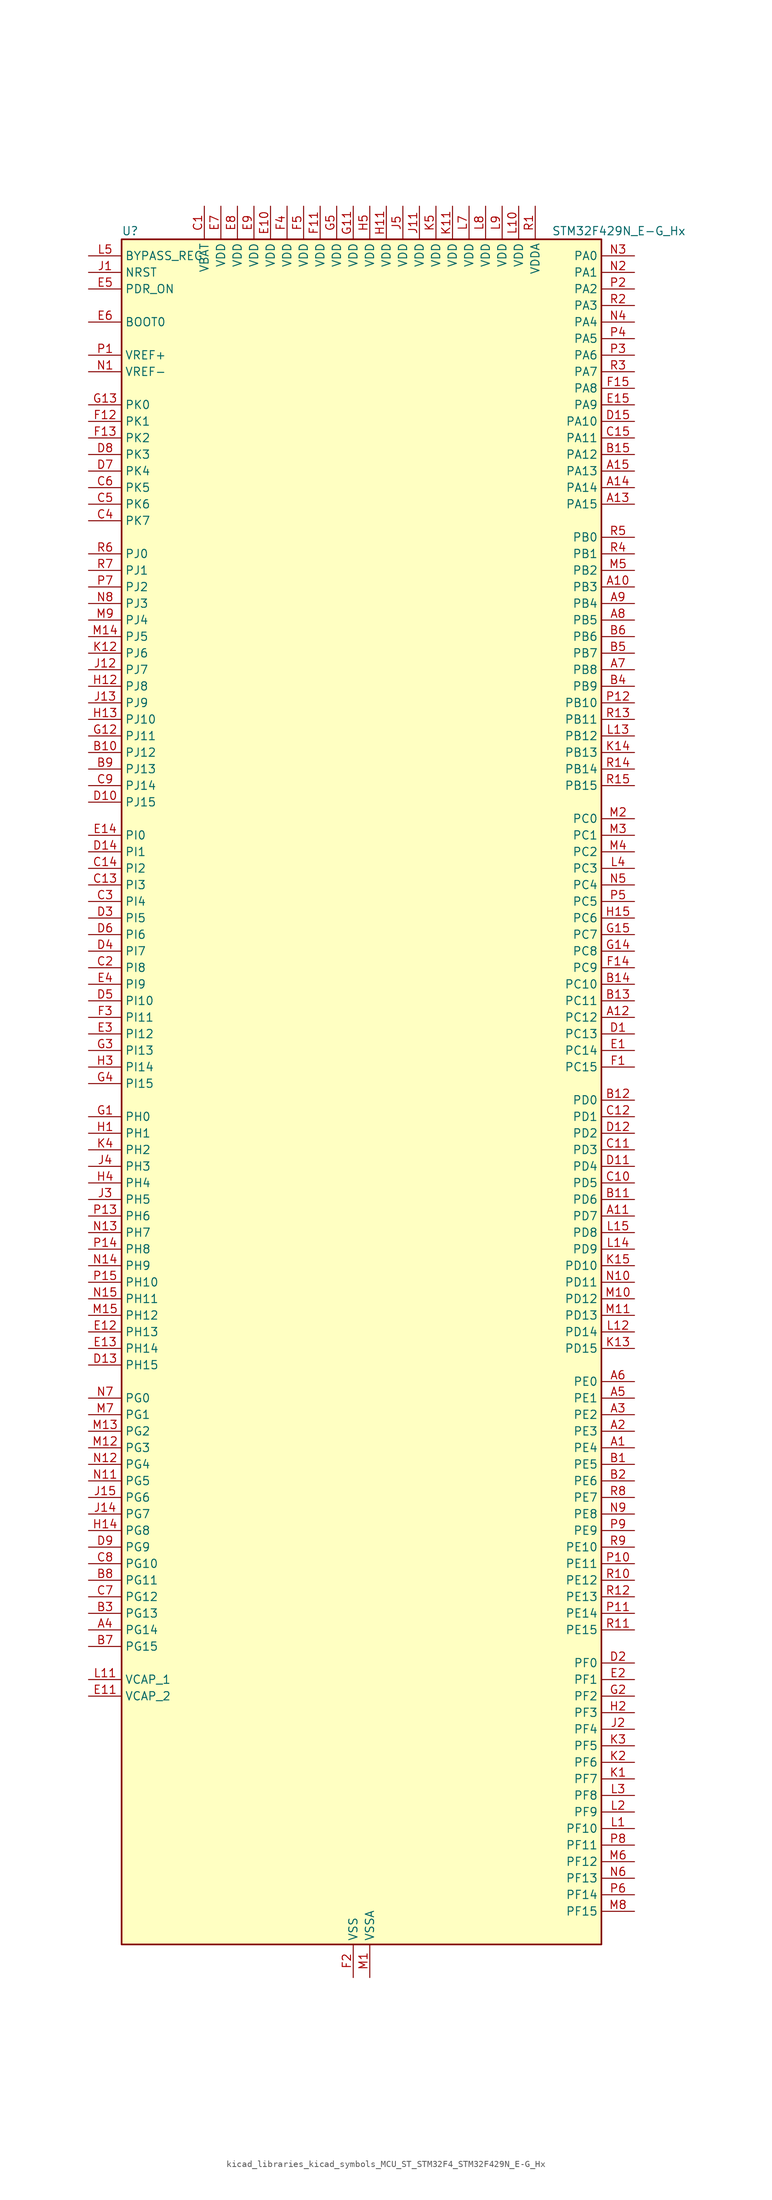
<source format=kicad_sym>
(kicad_symbol_lib
  (version 20220914)
  (generator kicad_symbol_editor)
  (symbol "kicad_libraries_kicad_symbols_MCU_ST_STM32F4_STM32F429N_E-G_Hx"
    (property "Reference" "U"
      (at -35.56 133.35 0)
      (effects (font (size 1.27 1.27)) (justify left)))
    (property "Value" "STM32F429N_E-G_Hx"
      (at 30.48 133.35 0)
      (effects (font (size 1.27 1.27)) (justify left)))
    (property "ki_locked" ""
      (at 0 0 0)
      (effects (font (size 1.27 1.27))))
    (symbol "kicad_libraries_kicad_symbols_MCU_ST_STM32F4_STM32F429N_E-G_Hx_0_1"
      (rectangle (start -35.56 -129.54) (end 38.1 132.08) (stroke (width 0.254) (type default)) (fill (type background))))
    (symbol "kicad_libraries_kicad_symbols_MCU_ST_STM32F4_STM32F429N_E-G_Hx_1_1"
      (pin bidirectional line (at 43.18 -53.34 180) (length 5.08) (name "PE4" (effects (font (size 1.27 1.27)))) (number "A1" (effects (font (size 1.27 1.27)))) (alternate "DCMI_D4" bidirectional line) (alternate "FMC_A20" bidirectional line) (alternate "LTDC_B0" bidirectional line) (alternate "SAI1_FS_A" bidirectional line) (alternate "SPI4_NSS" bidirectional line) (alternate "SYS_TRACED1" bidirectional line))
      (pin bidirectional line (at 43.18 78.74 180) (length 5.08) (name "PB3" (effects (font (size 1.27 1.27)))) (number "A10" (effects (font (size 1.27 1.27)))) (alternate "I2S3_CK" bidirectional line) (alternate "SPI1_SCK" bidirectional line) (alternate "SPI3_SCK" bidirectional line) (alternate "SYS_JTDO-SWO" bidirectional line) (alternate "TIM2_CH2" bidirectional line))
      (pin bidirectional line (at 43.18 -17.78 180) (length 5.08) (name "PD7" (effects (font (size 1.27 1.27)))) (number "A11" (effects (font (size 1.27 1.27)))) (alternate "FMC_NCE2" bidirectional line) (alternate "FMC_NE1" bidirectional line) (alternate "USART2_CK" bidirectional line))
      (pin bidirectional line (at 43.18 12.7 180) (length 5.08) (name "PC12" (effects (font (size 1.27 1.27)))) (number "A12" (effects (font (size 1.27 1.27)))) (alternate "DCMI_D9" bidirectional line) (alternate "I2S3_SD" bidirectional line) (alternate "SDIO_CK" bidirectional line) (alternate "SPI3_MOSI" bidirectional line) (alternate "UART5_TX" bidirectional line) (alternate "USART3_CK" bidirectional line))
      (pin bidirectional line (at 43.18 91.44 180) (length 5.08) (name "PA15" (effects (font (size 1.27 1.27)))) (number "A13" (effects (font (size 1.27 1.27)))) (alternate "ADC1_EXTI15" bidirectional line) (alternate "ADC2_EXTI15" bidirectional line) (alternate "ADC3_EXTI15" bidirectional line) (alternate "I2S3_WS" bidirectional line) (alternate "SPI1_NSS" bidirectional line) (alternate "SPI3_NSS" bidirectional line) (alternate "SYS_JTDI" bidirectional line) (alternate "TIM2_CH1" bidirectional line) (alternate "TIM2_ETR" bidirectional line))
      (pin bidirectional line (at 43.18 93.98 180) (length 5.08) (name "PA14" (effects (font (size 1.27 1.27)))) (number "A14" (effects (font (size 1.27 1.27)))) (alternate "SYS_JTCK-SWCLK" bidirectional line))
      (pin bidirectional line (at 43.18 96.52 180) (length 5.08) (name "PA13" (effects (font (size 1.27 1.27)))) (number "A15" (effects (font (size 1.27 1.27)))) (alternate "SYS_JTMS-SWDIO" bidirectional line))
      (pin bidirectional line (at 43.18 -50.8 180) (length 5.08) (name "PE3" (effects (font (size 1.27 1.27)))) (number "A2" (effects (font (size 1.27 1.27)))) (alternate "FMC_A19" bidirectional line) (alternate "SAI1_SD_B" bidirectional line) (alternate "SYS_TRACED0" bidirectional line))
      (pin bidirectional line (at 43.18 -48.26 180) (length 5.08) (name "PE2" (effects (font (size 1.27 1.27)))) (number "A3" (effects (font (size 1.27 1.27)))) (alternate "ETH_TXD3" bidirectional line) (alternate "FMC_A23" bidirectional line) (alternate "SAI1_MCLK_A" bidirectional line) (alternate "SPI4_SCK" bidirectional line) (alternate "SYS_TRACECLK" bidirectional line))
      (pin bidirectional line (at -40.64 -81.28 0) (length 5.08) (name "PG14" (effects (font (size 1.27 1.27)))) (number "A4" (effects (font (size 1.27 1.27)))) (alternate "ETH_TXD1" bidirectional line) (alternate "FMC_A25" bidirectional line) (alternate "SPI6_MOSI" bidirectional line) (alternate "USART6_TX" bidirectional line))
      (pin bidirectional line (at 43.18 -45.72 180) (length 5.08) (name "PE1" (effects (font (size 1.27 1.27)))) (number "A5" (effects (font (size 1.27 1.27)))) (alternate "DCMI_D3" bidirectional line) (alternate "FMC_NBL1" bidirectional line) (alternate "UART8_TX" bidirectional line))
      (pin bidirectional line (at 43.18 -43.18 180) (length 5.08) (name "PE0" (effects (font (size 1.27 1.27)))) (number "A6" (effects (font (size 1.27 1.27)))) (alternate "DCMI_D2" bidirectional line) (alternate "FMC_NBL0" bidirectional line) (alternate "TIM4_ETR" bidirectional line) (alternate "UART8_RX" bidirectional line))
      (pin bidirectional line (at 43.18 66.04 180) (length 5.08) (name "PB8" (effects (font (size 1.27 1.27)))) (number "A7" (effects (font (size 1.27 1.27)))) (alternate "CAN1_RX" bidirectional line) (alternate "DCMI_D6" bidirectional line) (alternate "ETH_TXD3" bidirectional line) (alternate "I2C1_SCL" bidirectional line) (alternate "LTDC_B6" bidirectional line) (alternate "SDIO_D4" bidirectional line) (alternate "TIM10_CH1" bidirectional line) (alternate "TIM4_CH3" bidirectional line))
      (pin bidirectional line (at 43.18 73.66 180) (length 5.08) (name "PB5" (effects (font (size 1.27 1.27)))) (number "A8" (effects (font (size 1.27 1.27)))) (alternate "CAN2_RX" bidirectional line) (alternate "DCMI_D10" bidirectional line) (alternate "ETH_PPS_OUT" bidirectional line) (alternate "FMC_SDCKE1" bidirectional line) (alternate "I2C1_SMBA" bidirectional line) (alternate "I2S3_SD" bidirectional line) (alternate "SPI1_MOSI" bidirectional line) (alternate "SPI3_MOSI" bidirectional line) (alternate "TIM3_CH2" bidirectional line) (alternate "USB_OTG_HS_ULPI_D7" bidirectional line))
      (pin bidirectional line (at 43.18 76.2 180) (length 5.08) (name "PB4" (effects (font (size 1.27 1.27)))) (number "A9" (effects (font (size 1.27 1.27)))) (alternate "I2S3_ext_SD" bidirectional line) (alternate "SPI1_MISO" bidirectional line) (alternate "SPI3_MISO" bidirectional line) (alternate "SYS_JTRST" bidirectional line) (alternate "TIM3_CH1" bidirectional line))
      (pin bidirectional line (at 43.18 -55.88 180) (length 5.08) (name "PE5" (effects (font (size 1.27 1.27)))) (number "B1" (effects (font (size 1.27 1.27)))) (alternate "DCMI_D6" bidirectional line) (alternate "FMC_A21" bidirectional line) (alternate "LTDC_G0" bidirectional line) (alternate "SAI1_SCK_A" bidirectional line) (alternate "SPI4_MISO" bidirectional line) (alternate "SYS_TRACED2" bidirectional line) (alternate "TIM9_CH1" bidirectional line))
      (pin bidirectional line (at -40.64 53.34 0) (length 5.08) (name "PJ12" (effects (font (size 1.27 1.27)))) (number "B10" (effects (font (size 1.27 1.27)))) (alternate "LTDC_B0" bidirectional line))
      (pin bidirectional line (at 43.18 -15.24 180) (length 5.08) (name "PD6" (effects (font (size 1.27 1.27)))) (number "B11" (effects (font (size 1.27 1.27)))) (alternate "DCMI_D10" bidirectional line) (alternate "FMC_NWAIT" bidirectional line) (alternate "I2S3_SD" bidirectional line) (alternate "LTDC_B2" bidirectional line) (alternate "SAI1_SD_A" bidirectional line) (alternate "SPI3_MOSI" bidirectional line) (alternate "USART2_RX" bidirectional line))
      (pin bidirectional line (at 43.18 0 180) (length 5.08) (name "PD0" (effects (font (size 1.27 1.27)))) (number "B12" (effects (font (size 1.27 1.27)))) (alternate "CAN1_RX" bidirectional line) (alternate "FMC_D2" bidirectional line) (alternate "FMC_DA2" bidirectional line))
      (pin bidirectional line (at 43.18 15.24 180) (length 5.08) (name "PC11" (effects (font (size 1.27 1.27)))) (number "B13" (effects (font (size 1.27 1.27)))) (alternate "ADC1_EXTI11" bidirectional line) (alternate "ADC2_EXTI11" bidirectional line) (alternate "ADC3_EXTI11" bidirectional line) (alternate "DCMI_D4" bidirectional line) (alternate "I2S3_ext_SD" bidirectional line) (alternate "SDIO_D3" bidirectional line) (alternate "SPI3_MISO" bidirectional line) (alternate "UART4_RX" bidirectional line) (alternate "USART3_RX" bidirectional line))
      (pin bidirectional line (at 43.18 17.78 180) (length 5.08) (name "PC10" (effects (font (size 1.27 1.27)))) (number "B14" (effects (font (size 1.27 1.27)))) (alternate "DCMI_D8" bidirectional line) (alternate "I2S3_CK" bidirectional line) (alternate "LTDC_R2" bidirectional line) (alternate "SDIO_D2" bidirectional line) (alternate "SPI3_SCK" bidirectional line) (alternate "UART4_TX" bidirectional line) (alternate "USART3_TX" bidirectional line))
      (pin bidirectional line (at 43.18 99.06 180) (length 5.08) (name "PA12" (effects (font (size 1.27 1.27)))) (number "B15" (effects (font (size 1.27 1.27)))) (alternate "CAN1_TX" bidirectional line) (alternate "LTDC_R5" bidirectional line) (alternate "TIM1_ETR" bidirectional line) (alternate "USART1_RTS" bidirectional line) (alternate "USB_OTG_FS_DP" bidirectional line))
      (pin bidirectional line (at 43.18 -58.42 180) (length 5.08) (name "PE6" (effects (font (size 1.27 1.27)))) (number "B2" (effects (font (size 1.27 1.27)))) (alternate "DCMI_D7" bidirectional line) (alternate "FMC_A22" bidirectional line) (alternate "LTDC_G1" bidirectional line) (alternate "SAI1_SD_A" bidirectional line) (alternate "SPI4_MOSI" bidirectional line) (alternate "SYS_TRACED3" bidirectional line) (alternate "TIM9_CH2" bidirectional line))
      (pin bidirectional line (at -40.64 -78.74 0) (length 5.08) (name "PG13" (effects (font (size 1.27 1.27)))) (number "B3" (effects (font (size 1.27 1.27)))) (alternate "ETH_TXD0" bidirectional line) (alternate "FMC_A24" bidirectional line) (alternate "SPI6_SCK" bidirectional line) (alternate "USART6_CTS" bidirectional line))
      (pin bidirectional line (at 43.18 63.5 180) (length 5.08) (name "PB9" (effects (font (size 1.27 1.27)))) (number "B4" (effects (font (size 1.27 1.27)))) (alternate "CAN1_TX" bidirectional line) (alternate "DAC_EXTI9" bidirectional line) (alternate "DCMI_D7" bidirectional line) (alternate "I2C1_SDA" bidirectional line) (alternate "I2S2_WS" bidirectional line) (alternate "LTDC_B7" bidirectional line) (alternate "SDIO_D5" bidirectional line) (alternate "SPI2_NSS" bidirectional line) (alternate "TIM11_CH1" bidirectional line) (alternate "TIM4_CH4" bidirectional line))
      (pin bidirectional line (at 43.18 68.58 180) (length 5.08) (name "PB7" (effects (font (size 1.27 1.27)))) (number "B5" (effects (font (size 1.27 1.27)))) (alternate "DCMI_VSYNC" bidirectional line) (alternate "FMC_NL" bidirectional line) (alternate "I2C1_SDA" bidirectional line) (alternate "TIM4_CH2" bidirectional line) (alternate "USART1_RX" bidirectional line))
      (pin bidirectional line (at 43.18 71.12 180) (length 5.08) (name "PB6" (effects (font (size 1.27 1.27)))) (number "B6" (effects (font (size 1.27 1.27)))) (alternate "CAN2_TX" bidirectional line) (alternate "DCMI_D5" bidirectional line) (alternate "FMC_SDNE1" bidirectional line) (alternate "I2C1_SCL" bidirectional line) (alternate "TIM4_CH1" bidirectional line) (alternate "USART1_TX" bidirectional line))
      (pin bidirectional line (at -40.64 -83.82 0) (length 5.08) (name "PG15" (effects (font (size 1.27 1.27)))) (number "B7" (effects (font (size 1.27 1.27)))) (alternate "ADC1_EXTI15" bidirectional line) (alternate "ADC2_EXTI15" bidirectional line) (alternate "ADC3_EXTI15" bidirectional line) (alternate "DCMI_D13" bidirectional line) (alternate "FMC_SDNCAS" bidirectional line) (alternate "USART6_CTS" bidirectional line))
      (pin bidirectional line (at -40.64 -73.66 0) (length 5.08) (name "PG11" (effects (font (size 1.27 1.27)))) (number "B8" (effects (font (size 1.27 1.27)))) (alternate "ADC1_EXTI11" bidirectional line) (alternate "ADC2_EXTI11" bidirectional line) (alternate "ADC3_EXTI11" bidirectional line) (alternate "DCMI_D3" bidirectional line) (alternate "ETH_TX_EN" bidirectional line) (alternate "FMC_NCE4_2" bidirectional line) (alternate "LTDC_B3" bidirectional line))
      (pin bidirectional line (at -40.64 50.8 0) (length 5.08) (name "PJ13" (effects (font (size 1.27 1.27)))) (number "B9" (effects (font (size 1.27 1.27)))) (alternate "LTDC_B1" bidirectional line))
      (pin power_in line (at -22.86 137.16 270) (length 5.08) (name "VBAT" (effects (font (size 1.27 1.27)))) (number "C1" (effects (font (size 1.27 1.27)))))
      (pin bidirectional line (at 43.18 -12.7 180) (length 5.08) (name "PD5" (effects (font (size 1.27 1.27)))) (number "C10" (effects (font (size 1.27 1.27)))) (alternate "FMC_NWE" bidirectional line) (alternate "USART2_TX" bidirectional line))
      (pin bidirectional line (at 43.18 -7.62 180) (length 5.08) (name "PD3" (effects (font (size 1.27 1.27)))) (number "C11" (effects (font (size 1.27 1.27)))) (alternate "DCMI_D5" bidirectional line) (alternate "FMC_CLK" bidirectional line) (alternate "I2S2_CK" bidirectional line) (alternate "LTDC_G7" bidirectional line) (alternate "SPI2_SCK" bidirectional line) (alternate "USART2_CTS" bidirectional line))
      (pin bidirectional line (at 43.18 -2.54 180) (length 5.08) (name "PD1" (effects (font (size 1.27 1.27)))) (number "C12" (effects (font (size 1.27 1.27)))) (alternate "CAN1_TX" bidirectional line) (alternate "FMC_D3" bidirectional line) (alternate "FMC_DA3" bidirectional line))
      (pin bidirectional line (at -40.64 33.02 0) (length 5.08) (name "PI3" (effects (font (size 1.27 1.27)))) (number "C13" (effects (font (size 1.27 1.27)))) (alternate "DCMI_D10" bidirectional line) (alternate "FMC_D27" bidirectional line) (alternate "I2S2_SD" bidirectional line) (alternate "SPI2_MOSI" bidirectional line) (alternate "TIM8_ETR" bidirectional line))
      (pin bidirectional line (at -40.64 35.56 0) (length 5.08) (name "PI2" (effects (font (size 1.27 1.27)))) (number "C14" (effects (font (size 1.27 1.27)))) (alternate "DCMI_D9" bidirectional line) (alternate "FMC_D26" bidirectional line) (alternate "I2S2_ext_SD" bidirectional line) (alternate "LTDC_G7" bidirectional line) (alternate "SPI2_MISO" bidirectional line) (alternate "TIM8_CH4" bidirectional line))
      (pin bidirectional line (at 43.18 101.6 180) (length 5.08) (name "PA11" (effects (font (size 1.27 1.27)))) (number "C15" (effects (font (size 1.27 1.27)))) (alternate "ADC1_EXTI11" bidirectional line) (alternate "ADC2_EXTI11" bidirectional line) (alternate "ADC3_EXTI11" bidirectional line) (alternate "CAN1_RX" bidirectional line) (alternate "LTDC_R4" bidirectional line) (alternate "TIM1_CH4" bidirectional line) (alternate "USART1_CTS" bidirectional line) (alternate "USB_OTG_FS_DM" bidirectional line))
      (pin bidirectional line (at -40.64 20.32 0) (length 5.08) (name "PI8" (effects (font (size 1.27 1.27)))) (number "C2" (effects (font (size 1.27 1.27)))) (alternate "RTC_AF2" bidirectional line))
      (pin bidirectional line (at -40.64 30.48 0) (length 5.08) (name "PI4" (effects (font (size 1.27 1.27)))) (number "C3" (effects (font (size 1.27 1.27)))) (alternate "DCMI_D5" bidirectional line) (alternate "FMC_NBL2" bidirectional line) (alternate "LTDC_B4" bidirectional line) (alternate "TIM8_BKIN" bidirectional line))
      (pin bidirectional line (at -40.64 88.9 0) (length 5.08) (name "PK7" (effects (font (size 1.27 1.27)))) (number "C4" (effects (font (size 1.27 1.27)))) (alternate "LTDC_DE" bidirectional line))
      (pin bidirectional line (at -40.64 91.44 0) (length 5.08) (name "PK6" (effects (font (size 1.27 1.27)))) (number "C5" (effects (font (size 1.27 1.27)))) (alternate "LTDC_B7" bidirectional line))
      (pin bidirectional line (at -40.64 93.98 0) (length 5.08) (name "PK5" (effects (font (size 1.27 1.27)))) (number "C6" (effects (font (size 1.27 1.27)))) (alternate "LTDC_B6" bidirectional line))
      (pin bidirectional line (at -40.64 -76.2 0) (length 5.08) (name "PG12" (effects (font (size 1.27 1.27)))) (number "C7" (effects (font (size 1.27 1.27)))) (alternate "FMC_NE4" bidirectional line) (alternate "LTDC_B1" bidirectional line) (alternate "LTDC_B4" bidirectional line) (alternate "SPI6_MISO" bidirectional line) (alternate "USART6_RTS" bidirectional line))
      (pin bidirectional line (at -40.64 -71.12 0) (length 5.08) (name "PG10" (effects (font (size 1.27 1.27)))) (number "C8" (effects (font (size 1.27 1.27)))) (alternate "DCMI_D2" bidirectional line) (alternate "FMC_NCE4_1" bidirectional line) (alternate "FMC_NE3" bidirectional line) (alternate "LTDC_B2" bidirectional line) (alternate "LTDC_G3" bidirectional line))
      (pin bidirectional line (at -40.64 48.26 0) (length 5.08) (name "PJ14" (effects (font (size 1.27 1.27)))) (number "C9" (effects (font (size 1.27 1.27)))) (alternate "LTDC_B2" bidirectional line))
      (pin bidirectional line (at 43.18 10.16 180) (length 5.08) (name "PC13" (effects (font (size 1.27 1.27)))) (number "D1" (effects (font (size 1.27 1.27)))) (alternate "RTC_AF1" bidirectional line))
      (pin bidirectional line (at -40.64 45.72 0) (length 5.08) (name "PJ15" (effects (font (size 1.27 1.27)))) (number "D10" (effects (font (size 1.27 1.27)))) (alternate "ADC1_EXTI15" bidirectional line) (alternate "ADC2_EXTI15" bidirectional line) (alternate "ADC3_EXTI15" bidirectional line) (alternate "LTDC_B3" bidirectional line))
      (pin bidirectional line (at 43.18 -10.16 180) (length 5.08) (name "PD4" (effects (font (size 1.27 1.27)))) (number "D11" (effects (font (size 1.27 1.27)))) (alternate "FMC_NOE" bidirectional line) (alternate "USART2_RTS" bidirectional line))
      (pin bidirectional line (at 43.18 -5.08 180) (length 5.08) (name "PD2" (effects (font (size 1.27 1.27)))) (number "D12" (effects (font (size 1.27 1.27)))) (alternate "DCMI_D11" bidirectional line) (alternate "SDIO_CMD" bidirectional line) (alternate "TIM3_ETR" bidirectional line) (alternate "UART5_RX" bidirectional line))
      (pin bidirectional line (at -40.64 -40.64 0) (length 5.08) (name "PH15" (effects (font (size 1.27 1.27)))) (number "D13" (effects (font (size 1.27 1.27)))) (alternate "ADC1_EXTI15" bidirectional line) (alternate "ADC2_EXTI15" bidirectional line) (alternate "ADC3_EXTI15" bidirectional line) (alternate "DCMI_D11" bidirectional line) (alternate "FMC_D23" bidirectional line) (alternate "LTDC_G4" bidirectional line) (alternate "TIM8_CH3N" bidirectional line))
      (pin bidirectional line (at -40.64 38.1 0) (length 5.08) (name "PI1" (effects (font (size 1.27 1.27)))) (number "D14" (effects (font (size 1.27 1.27)))) (alternate "DCMI_D8" bidirectional line) (alternate "FMC_D25" bidirectional line) (alternate "I2S2_CK" bidirectional line) (alternate "LTDC_G6" bidirectional line) (alternate "SPI2_SCK" bidirectional line))
      (pin bidirectional line (at 43.18 104.14 180) (length 5.08) (name "PA10" (effects (font (size 1.27 1.27)))) (number "D15" (effects (font (size 1.27 1.27)))) (alternate "DCMI_D1" bidirectional line) (alternate "TIM1_CH3" bidirectional line) (alternate "USART1_RX" bidirectional line) (alternate "USB_OTG_FS_ID" bidirectional line))
      (pin bidirectional line (at 43.18 -86.36 180) (length 5.08) (name "PF0" (effects (font (size 1.27 1.27)))) (number "D2" (effects (font (size 1.27 1.27)))) (alternate "FMC_A0" bidirectional line) (alternate "I2C2_SDA" bidirectional line))
      (pin bidirectional line (at -40.64 27.94 0) (length 5.08) (name "PI5" (effects (font (size 1.27 1.27)))) (number "D3" (effects (font (size 1.27 1.27)))) (alternate "DCMI_VSYNC" bidirectional line) (alternate "FMC_NBL3" bidirectional line) (alternate "LTDC_B5" bidirectional line) (alternate "TIM8_CH1" bidirectional line))
      (pin bidirectional line (at -40.64 22.86 0) (length 5.08) (name "PI7" (effects (font (size 1.27 1.27)))) (number "D4" (effects (font (size 1.27 1.27)))) (alternate "DCMI_D7" bidirectional line) (alternate "FMC_D29" bidirectional line) (alternate "LTDC_B7" bidirectional line) (alternate "TIM8_CH3" bidirectional line))
      (pin bidirectional line (at -40.64 15.24 0) (length 5.08) (name "PI10" (effects (font (size 1.27 1.27)))) (number "D5" (effects (font (size 1.27 1.27)))) (alternate "ETH_RX_ER" bidirectional line) (alternate "FMC_D31" bidirectional line) (alternate "LTDC_HSYNC" bidirectional line))
      (pin bidirectional line (at -40.64 25.4 0) (length 5.08) (name "PI6" (effects (font (size 1.27 1.27)))) (number "D6" (effects (font (size 1.27 1.27)))) (alternate "DCMI_D6" bidirectional line) (alternate "FMC_D28" bidirectional line) (alternate "LTDC_B6" bidirectional line) (alternate "TIM8_CH2" bidirectional line))
      (pin bidirectional line (at -40.64 96.52 0) (length 5.08) (name "PK4" (effects (font (size 1.27 1.27)))) (number "D7" (effects (font (size 1.27 1.27)))) (alternate "LTDC_B5" bidirectional line))
      (pin bidirectional line (at -40.64 99.06 0) (length 5.08) (name "PK3" (effects (font (size 1.27 1.27)))) (number "D8" (effects (font (size 1.27 1.27)))) (alternate "LTDC_B4" bidirectional line))
      (pin bidirectional line (at -40.64 -68.58 0) (length 5.08) (name "PG9" (effects (font (size 1.27 1.27)))) (number "D9" (effects (font (size 1.27 1.27)))) (alternate "DAC_EXTI9" bidirectional line) (alternate "DCMI_VSYNC" bidirectional line) (alternate "FMC_NCE3" bidirectional line) (alternate "FMC_NE2" bidirectional line) (alternate "USART6_RX" bidirectional line))
      (pin bidirectional line (at 43.18 7.62 180) (length 5.08) (name "PC14" (effects (font (size 1.27 1.27)))) (number "E1" (effects (font (size 1.27 1.27)))) (alternate "RCC_OSC32_IN" bidirectional line))
      (pin power_in line (at -12.7 137.16 270) (length 5.08) (name "VDD" (effects (font (size 1.27 1.27)))) (number "E10" (effects (font (size 1.27 1.27)))))
      (pin power_out line (at -40.64 -91.44 0) (length 5.08) (name "VCAP_2" (effects (font (size 1.27 1.27)))) (number "E11" (effects (font (size 1.27 1.27)))))
      (pin bidirectional line (at -40.64 -35.56 0) (length 5.08) (name "PH13" (effects (font (size 1.27 1.27)))) (number "E12" (effects (font (size 1.27 1.27)))) (alternate "CAN1_TX" bidirectional line) (alternate "FMC_D21" bidirectional line) (alternate "LTDC_G2" bidirectional line) (alternate "TIM8_CH1N" bidirectional line))
      (pin bidirectional line (at -40.64 -38.1 0) (length 5.08) (name "PH14" (effects (font (size 1.27 1.27)))) (number "E13" (effects (font (size 1.27 1.27)))) (alternate "DCMI_D4" bidirectional line) (alternate "FMC_D22" bidirectional line) (alternate "LTDC_G3" bidirectional line) (alternate "TIM8_CH2N" bidirectional line))
      (pin bidirectional line (at -40.64 40.64 0) (length 5.08) (name "PI0" (effects (font (size 1.27 1.27)))) (number "E14" (effects (font (size 1.27 1.27)))) (alternate "DCMI_D13" bidirectional line) (alternate "FMC_D24" bidirectional line) (alternate "I2S2_WS" bidirectional line) (alternate "LTDC_G5" bidirectional line) (alternate "SPI2_NSS" bidirectional line) (alternate "TIM5_CH4" bidirectional line))
      (pin bidirectional line (at 43.18 106.68 180) (length 5.08) (name "PA9" (effects (font (size 1.27 1.27)))) (number "E15" (effects (font (size 1.27 1.27)))) (alternate "DAC_EXTI9" bidirectional line) (alternate "DCMI_D0" bidirectional line) (alternate "I2C3_SMBA" bidirectional line) (alternate "TIM1_CH2" bidirectional line) (alternate "USART1_TX" bidirectional line) (alternate "USB_OTG_FS_VBUS" bidirectional line))
      (pin bidirectional line (at 43.18 -88.9 180) (length 5.08) (name "PF1" (effects (font (size 1.27 1.27)))) (number "E2" (effects (font (size 1.27 1.27)))) (alternate "FMC_A1" bidirectional line) (alternate "I2C2_SCL" bidirectional line))
      (pin bidirectional line (at -40.64 10.16 0) (length 5.08) (name "PI12" (effects (font (size 1.27 1.27)))) (number "E3" (effects (font (size 1.27 1.27)))) (alternate "LTDC_HSYNC" bidirectional line))
      (pin bidirectional line (at -40.64 17.78 0) (length 5.08) (name "PI9" (effects (font (size 1.27 1.27)))) (number "E4" (effects (font (size 1.27 1.27)))) (alternate "CAN1_RX" bidirectional line) (alternate "DAC_EXTI9" bidirectional line) (alternate "FMC_D30" bidirectional line) (alternate "LTDC_VSYNC" bidirectional line))
      (pin input line (at -40.64 124.46 0) (length 5.08) (name "PDR_ON" (effects (font (size 1.27 1.27)))) (number "E5" (effects (font (size 1.27 1.27)))))
      (pin input line (at -40.64 119.38 0) (length 5.08) (name "BOOT0" (effects (font (size 1.27 1.27)))) (number "E6" (effects (font (size 1.27 1.27)))))
      (pin power_in line (at -20.32 137.16 270) (length 5.08) (name "VDD" (effects (font (size 1.27 1.27)))) (number "E7" (effects (font (size 1.27 1.27)))))
      (pin power_in line (at -17.78 137.16 270) (length 5.08) (name "VDD" (effects (font (size 1.27 1.27)))) (number "E8" (effects (font (size 1.27 1.27)))))
      (pin power_in line (at -15.24 137.16 270) (length 5.08) (name "VDD" (effects (font (size 1.27 1.27)))) (number "E9" (effects (font (size 1.27 1.27)))))
      (pin bidirectional line (at 43.18 5.08 180) (length 5.08) (name "PC15" (effects (font (size 1.27 1.27)))) (number "F1" (effects (font (size 1.27 1.27)))) (alternate "ADC1_EXTI15" bidirectional line) (alternate "ADC2_EXTI15" bidirectional line) (alternate "ADC3_EXTI15" bidirectional line) (alternate "RCC_OSC32_OUT" bidirectional line))
      (pin passive line (at 0 -134.62 90) (length 5.08) hide (name "VSS" (effects (font (size 1.27 1.27)))) (number "F10" (effects (font (size 1.27 1.27)))))
      (pin power_in line (at -5.08 137.16 270) (length 5.08) (name "VDD" (effects (font (size 1.27 1.27)))) (number "F11" (effects (font (size 1.27 1.27)))))
      (pin bidirectional line (at -40.64 104.14 0) (length 5.08) (name "PK1" (effects (font (size 1.27 1.27)))) (number "F12" (effects (font (size 1.27 1.27)))) (alternate "LTDC_G6" bidirectional line))
      (pin bidirectional line (at -40.64 101.6 0) (length 5.08) (name "PK2" (effects (font (size 1.27 1.27)))) (number "F13" (effects (font (size 1.27 1.27)))) (alternate "LTDC_G7" bidirectional line))
      (pin bidirectional line (at 43.18 20.32 180) (length 5.08) (name "PC9" (effects (font (size 1.27 1.27)))) (number "F14" (effects (font (size 1.27 1.27)))) (alternate "DAC_EXTI9" bidirectional line) (alternate "DCMI_D3" bidirectional line) (alternate "I2C3_SDA" bidirectional line) (alternate "I2S_CKIN" bidirectional line) (alternate "RCC_MCO_2" bidirectional line) (alternate "SDIO_D1" bidirectional line) (alternate "TIM3_CH4" bidirectional line) (alternate "TIM8_CH4" bidirectional line))
      (pin bidirectional line (at 43.18 109.22 180) (length 5.08) (name "PA8" (effects (font (size 1.27 1.27)))) (number "F15" (effects (font (size 1.27 1.27)))) (alternate "I2C3_SCL" bidirectional line) (alternate "LTDC_R6" bidirectional line) (alternate "RCC_MCO_1" bidirectional line) (alternate "TIM1_CH1" bidirectional line) (alternate "USART1_CK" bidirectional line) (alternate "USB_OTG_FS_SOF" bidirectional line))
      (pin power_in line (at 0 -134.62 90) (length 5.08) (name "VSS" (effects (font (size 1.27 1.27)))) (number "F2" (effects (font (size 1.27 1.27)))))
      (pin bidirectional line (at -40.64 12.7 0) (length 5.08) (name "PI11" (effects (font (size 1.27 1.27)))) (number "F3" (effects (font (size 1.27 1.27)))) (alternate "ADC1_EXTI11" bidirectional line) (alternate "ADC2_EXTI11" bidirectional line) (alternate "ADC3_EXTI11" bidirectional line) (alternate "USB_OTG_HS_ULPI_DIR" bidirectional line))
      (pin power_in line (at -10.16 137.16 270) (length 5.08) (name "VDD" (effects (font (size 1.27 1.27)))) (number "F4" (effects (font (size 1.27 1.27)))))
      (pin power_in line (at -7.62 137.16 270) (length 5.08) (name "VDD" (effects (font (size 1.27 1.27)))) (number "F5" (effects (font (size 1.27 1.27)))))
      (pin passive line (at 0 -134.62 90) (length 5.08) hide (name "VSS" (effects (font (size 1.27 1.27)))) (number "F6" (effects (font (size 1.27 1.27)))))
      (pin passive line (at 0 -134.62 90) (length 5.08) hide (name "VSS" (effects (font (size 1.27 1.27)))) (number "F7" (effects (font (size 1.27 1.27)))))
      (pin passive line (at 0 -134.62 90) (length 5.08) hide (name "VSS" (effects (font (size 1.27 1.27)))) (number "F8" (effects (font (size 1.27 1.27)))))
      (pin passive line (at 0 -134.62 90) (length 5.08) hide (name "VSS" (effects (font (size 1.27 1.27)))) (number "F9" (effects (font (size 1.27 1.27)))))
      (pin bidirectional line (at -40.64 -2.54 0) (length 5.08) (name "PH0" (effects (font (size 1.27 1.27)))) (number "G1" (effects (font (size 1.27 1.27)))) (alternate "RCC_OSC_IN" bidirectional line))
      (pin passive line (at 0 -134.62 90) (length 5.08) hide (name "VSS" (effects (font (size 1.27 1.27)))) (number "G10" (effects (font (size 1.27 1.27)))))
      (pin power_in line (at 0 137.16 270) (length 5.08) (name "VDD" (effects (font (size 1.27 1.27)))) (number "G11" (effects (font (size 1.27 1.27)))))
      (pin bidirectional line (at -40.64 55.88 0) (length 5.08) (name "PJ11" (effects (font (size 1.27 1.27)))) (number "G12" (effects (font (size 1.27 1.27)))) (alternate "ADC1_EXTI11" bidirectional line) (alternate "ADC2_EXTI11" bidirectional line) (alternate "ADC3_EXTI11" bidirectional line) (alternate "LTDC_G4" bidirectional line))
      (pin bidirectional line (at -40.64 106.68 0) (length 5.08) (name "PK0" (effects (font (size 1.27 1.27)))) (number "G13" (effects (font (size 1.27 1.27)))) (alternate "LTDC_G5" bidirectional line))
      (pin bidirectional line (at 43.18 22.86 180) (length 5.08) (name "PC8" (effects (font (size 1.27 1.27)))) (number "G14" (effects (font (size 1.27 1.27)))) (alternate "DCMI_D2" bidirectional line) (alternate "SDIO_D0" bidirectional line) (alternate "TIM3_CH3" bidirectional line) (alternate "TIM8_CH3" bidirectional line) (alternate "USART6_CK" bidirectional line))
      (pin bidirectional line (at 43.18 25.4 180) (length 5.08) (name "PC7" (effects (font (size 1.27 1.27)))) (number "G15" (effects (font (size 1.27 1.27)))) (alternate "DCMI_D1" bidirectional line) (alternate "I2S3_MCK" bidirectional line) (alternate "LTDC_G6" bidirectional line) (alternate "SDIO_D7" bidirectional line) (alternate "TIM3_CH2" bidirectional line) (alternate "TIM8_CH2" bidirectional line) (alternate "USART6_RX" bidirectional line))
      (pin bidirectional line (at 43.18 -91.44 180) (length 5.08) (name "PF2" (effects (font (size 1.27 1.27)))) (number "G2" (effects (font (size 1.27 1.27)))) (alternate "FMC_A2" bidirectional line) (alternate "I2C2_SMBA" bidirectional line))
      (pin bidirectional line (at -40.64 7.62 0) (length 5.08) (name "PI13" (effects (font (size 1.27 1.27)))) (number "G3" (effects (font (size 1.27 1.27)))) (alternate "LTDC_VSYNC" bidirectional line))
      (pin bidirectional line (at -40.64 2.54 0) (length 5.08) (name "PI15" (effects (font (size 1.27 1.27)))) (number "G4" (effects (font (size 1.27 1.27)))) (alternate "ADC1_EXTI15" bidirectional line) (alternate "ADC2_EXTI15" bidirectional line) (alternate "ADC3_EXTI15" bidirectional line) (alternate "LTDC_R0" bidirectional line))
      (pin power_in line (at -2.54 137.16 270) (length 5.08) (name "VDD" (effects (font (size 1.27 1.27)))) (number "G5" (effects (font (size 1.27 1.27)))))
      (pin passive line (at 0 -134.62 90) (length 5.08) hide (name "VSS" (effects (font (size 1.27 1.27)))) (number "G6" (effects (font (size 1.27 1.27)))))
      (pin bidirectional line (at -40.64 -5.08 0) (length 5.08) (name "PH1" (effects (font (size 1.27 1.27)))) (number "H1" (effects (font (size 1.27 1.27)))) (alternate "RCC_OSC_OUT" bidirectional line))
      (pin passive line (at 0 -134.62 90) (length 5.08) hide (name "VSS" (effects (font (size 1.27 1.27)))) (number "H10" (effects (font (size 1.27 1.27)))))
      (pin power_in line (at 5.08 137.16 270) (length 5.08) (name "VDD" (effects (font (size 1.27 1.27)))) (number "H11" (effects (font (size 1.27 1.27)))))
      (pin bidirectional line (at -40.64 63.5 0) (length 5.08) (name "PJ8" (effects (font (size 1.27 1.27)))) (number "H12" (effects (font (size 1.27 1.27)))) (alternate "LTDC_G1" bidirectional line))
      (pin bidirectional line (at -40.64 58.42 0) (length 5.08) (name "PJ10" (effects (font (size 1.27 1.27)))) (number "H13" (effects (font (size 1.27 1.27)))) (alternate "LTDC_G3" bidirectional line))
      (pin bidirectional line (at -40.64 -66.04 0) (length 5.08) (name "PG8" (effects (font (size 1.27 1.27)))) (number "H14" (effects (font (size 1.27 1.27)))) (alternate "ETH_PPS_OUT" bidirectional line) (alternate "FMC_SDCLK" bidirectional line) (alternate "SPI6_NSS" bidirectional line) (alternate "USART6_RTS" bidirectional line))
      (pin bidirectional line (at 43.18 27.94 180) (length 5.08) (name "PC6" (effects (font (size 1.27 1.27)))) (number "H15" (effects (font (size 1.27 1.27)))) (alternate "DCMI_D0" bidirectional line) (alternate "I2S2_MCK" bidirectional line) (alternate "LTDC_HSYNC" bidirectional line) (alternate "SDIO_D6" bidirectional line) (alternate "TIM3_CH1" bidirectional line) (alternate "TIM8_CH1" bidirectional line) (alternate "USART6_TX" bidirectional line))
      (pin bidirectional line (at 43.18 -93.98 180) (length 5.08) (name "PF3" (effects (font (size 1.27 1.27)))) (number "H2" (effects (font (size 1.27 1.27)))) (alternate "ADC3_IN9" bidirectional line) (alternate "FMC_A3" bidirectional line))
      (pin bidirectional line (at -40.64 5.08 0) (length 5.08) (name "PI14" (effects (font (size 1.27 1.27)))) (number "H3" (effects (font (size 1.27 1.27)))) (alternate "LTDC_CLK" bidirectional line))
      (pin bidirectional line (at -40.64 -12.7 0) (length 5.08) (name "PH4" (effects (font (size 1.27 1.27)))) (number "H4" (effects (font (size 1.27 1.27)))) (alternate "I2C2_SCL" bidirectional line) (alternate "USB_OTG_HS_ULPI_NXT" bidirectional line))
      (pin power_in line (at 2.54 137.16 270) (length 5.08) (name "VDD" (effects (font (size 1.27 1.27)))) (number "H5" (effects (font (size 1.27 1.27)))))
      (pin passive line (at 0 -134.62 90) (length 5.08) hide (name "VSS" (effects (font (size 1.27 1.27)))) (number "H6" (effects (font (size 1.27 1.27)))))
      (pin input line (at -40.64 127 0) (length 5.08) (name "NRST" (effects (font (size 1.27 1.27)))) (number "J1" (effects (font (size 1.27 1.27)))))
      (pin passive line (at 0 -134.62 90) (length 5.08) hide (name "VSS" (effects (font (size 1.27 1.27)))) (number "J10" (effects (font (size 1.27 1.27)))))
      (pin power_in line (at 10.16 137.16 270) (length 5.08) (name "VDD" (effects (font (size 1.27 1.27)))) (number "J11" (effects (font (size 1.27 1.27)))))
      (pin bidirectional line (at -40.64 66.04 0) (length 5.08) (name "PJ7" (effects (font (size 1.27 1.27)))) (number "J12" (effects (font (size 1.27 1.27)))) (alternate "LTDC_G0" bidirectional line))
      (pin bidirectional line (at -40.64 60.96 0) (length 5.08) (name "PJ9" (effects (font (size 1.27 1.27)))) (number "J13" (effects (font (size 1.27 1.27)))) (alternate "DAC_EXTI9" bidirectional line) (alternate "LTDC_G2" bidirectional line))
      (pin bidirectional line (at -40.64 -63.5 0) (length 5.08) (name "PG7" (effects (font (size 1.27 1.27)))) (number "J14" (effects (font (size 1.27 1.27)))) (alternate "DCMI_D13" bidirectional line) (alternate "FMC_INT3" bidirectional line) (alternate "LTDC_CLK" bidirectional line) (alternate "USART6_CK" bidirectional line))
      (pin bidirectional line (at -40.64 -60.96 0) (length 5.08) (name "PG6" (effects (font (size 1.27 1.27)))) (number "J15" (effects (font (size 1.27 1.27)))) (alternate "DCMI_D12" bidirectional line) (alternate "FMC_INT2" bidirectional line) (alternate "LTDC_R7" bidirectional line))
      (pin bidirectional line (at 43.18 -96.52 180) (length 5.08) (name "PF4" (effects (font (size 1.27 1.27)))) (number "J2" (effects (font (size 1.27 1.27)))) (alternate "ADC3_IN14" bidirectional line) (alternate "FMC_A4" bidirectional line))
      (pin bidirectional line (at -40.64 -15.24 0) (length 5.08) (name "PH5" (effects (font (size 1.27 1.27)))) (number "J3" (effects (font (size 1.27 1.27)))) (alternate "FMC_SDNWE" bidirectional line) (alternate "I2C2_SDA" bidirectional line) (alternate "SPI5_NSS" bidirectional line))
      (pin bidirectional line (at -40.64 -10.16 0) (length 5.08) (name "PH3" (effects (font (size 1.27 1.27)))) (number "J4" (effects (font (size 1.27 1.27)))) (alternate "ETH_COL" bidirectional line) (alternate "FMC_SDNE0" bidirectional line) (alternate "LTDC_R1" bidirectional line))
      (pin power_in line (at 7.62 137.16 270) (length 5.08) (name "VDD" (effects (font (size 1.27 1.27)))) (number "J5" (effects (font (size 1.27 1.27)))))
      (pin passive line (at 0 -134.62 90) (length 5.08) hide (name "VSS" (effects (font (size 1.27 1.27)))) (number "J6" (effects (font (size 1.27 1.27)))))
      (pin bidirectional line (at 43.18 -104.14 180) (length 5.08) (name "PF7" (effects (font (size 1.27 1.27)))) (number "K1" (effects (font (size 1.27 1.27)))) (alternate "ADC3_IN5" bidirectional line) (alternate "FMC_NREG" bidirectional line) (alternate "SAI1_MCLK_B" bidirectional line) (alternate "SPI5_SCK" bidirectional line) (alternate "TIM11_CH1" bidirectional line) (alternate "UART7_TX" bidirectional line))
      (pin passive line (at 0 -134.62 90) (length 5.08) hide (name "VSS" (effects (font (size 1.27 1.27)))) (number "K10" (effects (font (size 1.27 1.27)))))
      (pin power_in line (at 15.24 137.16 270) (length 5.08) (name "VDD" (effects (font (size 1.27 1.27)))) (number "K11" (effects (font (size 1.27 1.27)))))
      (pin bidirectional line (at -40.64 68.58 0) (length 5.08) (name "PJ6" (effects (font (size 1.27 1.27)))) (number "K12" (effects (font (size 1.27 1.27)))) (alternate "LTDC_R7" bidirectional line))
      (pin bidirectional line (at 43.18 -38.1 180) (length 5.08) (name "PD15" (effects (font (size 1.27 1.27)))) (number "K13" (effects (font (size 1.27 1.27)))) (alternate "ADC1_EXTI15" bidirectional line) (alternate "ADC2_EXTI15" bidirectional line) (alternate "ADC3_EXTI15" bidirectional line) (alternate "FMC_D1" bidirectional line) (alternate "FMC_DA1" bidirectional line) (alternate "TIM4_CH4" bidirectional line))
      (pin bidirectional line (at 43.18 53.34 180) (length 5.08) (name "PB13" (effects (font (size 1.27 1.27)))) (number "K14" (effects (font (size 1.27 1.27)))) (alternate "CAN2_TX" bidirectional line) (alternate "ETH_TXD1" bidirectional line) (alternate "I2S2_CK" bidirectional line) (alternate "SPI2_SCK" bidirectional line) (alternate "TIM1_CH1N" bidirectional line) (alternate "USART3_CTS" bidirectional line) (alternate "USB_OTG_HS_ULPI_D6" bidirectional line) (alternate "USB_OTG_HS_VBUS" bidirectional line))
      (pin bidirectional line (at 43.18 -25.4 180) (length 5.08) (name "PD10" (effects (font (size 1.27 1.27)))) (number "K15" (effects (font (size 1.27 1.27)))) (alternate "FMC_D15" bidirectional line) (alternate "FMC_DA15" bidirectional line) (alternate "LTDC_B3" bidirectional line) (alternate "USART3_CK" bidirectional line))
      (pin bidirectional line (at 43.18 -101.6 180) (length 5.08) (name "PF6" (effects (font (size 1.27 1.27)))) (number "K2" (effects (font (size 1.27 1.27)))) (alternate "ADC3_IN4" bidirectional line) (alternate "FMC_NIORD" bidirectional line) (alternate "SAI1_SD_B" bidirectional line) (alternate "SPI5_NSS" bidirectional line) (alternate "TIM10_CH1" bidirectional line) (alternate "UART7_RX" bidirectional line))
      (pin bidirectional line (at 43.18 -99.06 180) (length 5.08) (name "PF5" (effects (font (size 1.27 1.27)))) (number "K3" (effects (font (size 1.27 1.27)))) (alternate "ADC3_IN15" bidirectional line) (alternate "FMC_A5" bidirectional line))
      (pin bidirectional line (at -40.64 -7.62 0) (length 5.08) (name "PH2" (effects (font (size 1.27 1.27)))) (number "K4" (effects (font (size 1.27 1.27)))) (alternate "ETH_CRS" bidirectional line) (alternate "FMC_SDCKE0" bidirectional line) (alternate "LTDC_R0" bidirectional line))
      (pin power_in line (at 12.7 137.16 270) (length 5.08) (name "VDD" (effects (font (size 1.27 1.27)))) (number "K5" (effects (font (size 1.27 1.27)))))
      (pin passive line (at 0 -134.62 90) (length 5.08) hide (name "VSS" (effects (font (size 1.27 1.27)))) (number "K6" (effects (font (size 1.27 1.27)))))
      (pin passive line (at 0 -134.62 90) (length 5.08) hide (name "VSS" (effects (font (size 1.27 1.27)))) (number "K7" (effects (font (size 1.27 1.27)))))
      (pin passive line (at 0 -134.62 90) (length 5.08) hide (name "VSS" (effects (font (size 1.27 1.27)))) (number "K8" (effects (font (size 1.27 1.27)))))
      (pin passive line (at 0 -134.62 90) (length 5.08) hide (name "VSS" (effects (font (size 1.27 1.27)))) (number "K9" (effects (font (size 1.27 1.27)))))
      (pin bidirectional line (at 43.18 -111.76 180) (length 5.08) (name "PF10" (effects (font (size 1.27 1.27)))) (number "L1" (effects (font (size 1.27 1.27)))) (alternate "ADC3_IN8" bidirectional line) (alternate "DCMI_D11" bidirectional line) (alternate "FMC_INTR" bidirectional line) (alternate "LTDC_DE" bidirectional line))
      (pin power_in line (at 25.4 137.16 270) (length 5.08) (name "VDD" (effects (font (size 1.27 1.27)))) (number "L10" (effects (font (size 1.27 1.27)))))
      (pin power_out line (at -40.64 -88.9 0) (length 5.08) (name "VCAP_1" (effects (font (size 1.27 1.27)))) (number "L11" (effects (font (size 1.27 1.27)))))
      (pin bidirectional line (at 43.18 -35.56 180) (length 5.08) (name "PD14" (effects (font (size 1.27 1.27)))) (number "L12" (effects (font (size 1.27 1.27)))) (alternate "FMC_D0" bidirectional line) (alternate "FMC_DA0" bidirectional line) (alternate "TIM4_CH3" bidirectional line))
      (pin bidirectional line (at 43.18 55.88 180) (length 5.08) (name "PB12" (effects (font (size 1.27 1.27)))) (number "L13" (effects (font (size 1.27 1.27)))) (alternate "CAN2_RX" bidirectional line) (alternate "ETH_TXD0" bidirectional line) (alternate "I2C2_SMBA" bidirectional line) (alternate "I2S2_WS" bidirectional line) (alternate "SPI2_NSS" bidirectional line) (alternate "TIM1_BKIN" bidirectional line) (alternate "USART3_CK" bidirectional line) (alternate "USB_OTG_HS_ID" bidirectional line) (alternate "USB_OTG_HS_ULPI_D5" bidirectional line))
      (pin bidirectional line (at 43.18 -22.86 180) (length 5.08) (name "PD9" (effects (font (size 1.27 1.27)))) (number "L14" (effects (font (size 1.27 1.27)))) (alternate "DAC_EXTI9" bidirectional line) (alternate "FMC_D14" bidirectional line) (alternate "FMC_DA14" bidirectional line) (alternate "USART3_RX" bidirectional line))
      (pin bidirectional line (at 43.18 -20.32 180) (length 5.08) (name "PD8" (effects (font (size 1.27 1.27)))) (number "L15" (effects (font (size 1.27 1.27)))) (alternate "FMC_D13" bidirectional line) (alternate "FMC_DA13" bidirectional line) (alternate "USART3_TX" bidirectional line))
      (pin bidirectional line (at 43.18 -109.22 180) (length 5.08) (name "PF9" (effects (font (size 1.27 1.27)))) (number "L2" (effects (font (size 1.27 1.27)))) (alternate "ADC3_IN7" bidirectional line) (alternate "DAC_EXTI9" bidirectional line) (alternate "FMC_CD" bidirectional line) (alternate "SAI1_FS_B" bidirectional line) (alternate "SPI5_MOSI" bidirectional line) (alternate "TIM14_CH1" bidirectional line))
      (pin bidirectional line (at 43.18 -106.68 180) (length 5.08) (name "PF8" (effects (font (size 1.27 1.27)))) (number "L3" (effects (font (size 1.27 1.27)))) (alternate "ADC3_IN6" bidirectional line) (alternate "FMC_NIOWR" bidirectional line) (alternate "SAI1_SCK_B" bidirectional line) (alternate "SPI5_MISO" bidirectional line) (alternate "TIM13_CH1" bidirectional line))
      (pin bidirectional line (at 43.18 35.56 180) (length 5.08) (name "PC3" (effects (font (size 1.27 1.27)))) (number "L4" (effects (font (size 1.27 1.27)))) (alternate "ADC1_IN13" bidirectional line) (alternate "ADC2_IN13" bidirectional line) (alternate "ADC3_IN13" bidirectional line) (alternate "ETH_TX_CLK" bidirectional line) (alternate "FMC_SDCKE0" bidirectional line) (alternate "I2S2_SD" bidirectional line) (alternate "SPI2_MOSI" bidirectional line) (alternate "USB_OTG_HS_ULPI_NXT" bidirectional line))
      (pin input line (at -40.64 129.54 0) (length 5.08) (name "BYPASS_REG" (effects (font (size 1.27 1.27)))) (number "L5" (effects (font (size 1.27 1.27)))))
      (pin passive line (at 0 -134.62 90) (length 5.08) hide (name "VSS" (effects (font (size 1.27 1.27)))) (number "L6" (effects (font (size 1.27 1.27)))))
      (pin power_in line (at 17.78 137.16 270) (length 5.08) (name "VDD" (effects (font (size 1.27 1.27)))) (number "L7" (effects (font (size 1.27 1.27)))))
      (pin power_in line (at 20.32 137.16 270) (length 5.08) (name "VDD" (effects (font (size 1.27 1.27)))) (number "L8" (effects (font (size 1.27 1.27)))))
      (pin power_in line (at 22.86 137.16 270) (length 5.08) (name "VDD" (effects (font (size 1.27 1.27)))) (number "L9" (effects (font (size 1.27 1.27)))))
      (pin power_in line (at 2.54 -134.62 90) (length 5.08) (name "VSSA" (effects (font (size 1.27 1.27)))) (number "M1" (effects (font (size 1.27 1.27)))))
      (pin bidirectional line (at 43.18 -30.48 180) (length 5.08) (name "PD12" (effects (font (size 1.27 1.27)))) (number "M10" (effects (font (size 1.27 1.27)))) (alternate "FMC_A17" bidirectional line) (alternate "FMC_ALE" bidirectional line) (alternate "TIM4_CH1" bidirectional line) (alternate "USART3_RTS" bidirectional line))
      (pin bidirectional line (at 43.18 -33.02 180) (length 5.08) (name "PD13" (effects (font (size 1.27 1.27)))) (number "M11" (effects (font (size 1.27 1.27)))) (alternate "FMC_A18" bidirectional line) (alternate "TIM4_CH2" bidirectional line))
      (pin bidirectional line (at -40.64 -53.34 0) (length 5.08) (name "PG3" (effects (font (size 1.27 1.27)))) (number "M12" (effects (font (size 1.27 1.27)))) (alternate "FMC_A13" bidirectional line))
      (pin bidirectional line (at -40.64 -50.8 0) (length 5.08) (name "PG2" (effects (font (size 1.27 1.27)))) (number "M13" (effects (font (size 1.27 1.27)))) (alternate "FMC_A12" bidirectional line))
      (pin bidirectional line (at -40.64 71.12 0) (length 5.08) (name "PJ5" (effects (font (size 1.27 1.27)))) (number "M14" (effects (font (size 1.27 1.27)))) (alternate "LTDC_R6" bidirectional line))
      (pin bidirectional line (at -40.64 -33.02 0) (length 5.08) (name "PH12" (effects (font (size 1.27 1.27)))) (number "M15" (effects (font (size 1.27 1.27)))) (alternate "DCMI_D3" bidirectional line) (alternate "FMC_D20" bidirectional line) (alternate "LTDC_R6" bidirectional line) (alternate "TIM5_CH3" bidirectional line))
      (pin bidirectional line (at 43.18 43.18 180) (length 5.08) (name "PC0" (effects (font (size 1.27 1.27)))) (number "M2" (effects (font (size 1.27 1.27)))) (alternate "ADC1_IN10" bidirectional line) (alternate "ADC2_IN10" bidirectional line) (alternate "ADC3_IN10" bidirectional line) (alternate "FMC_SDNWE" bidirectional line) (alternate "USB_OTG_HS_ULPI_STP" bidirectional line))
      (pin bidirectional line (at 43.18 40.64 180) (length 5.08) (name "PC1" (effects (font (size 1.27 1.27)))) (number "M3" (effects (font (size 1.27 1.27)))) (alternate "ADC1_IN11" bidirectional line) (alternate "ADC2_IN11" bidirectional line) (alternate "ADC3_IN11" bidirectional line) (alternate "ETH_MDC" bidirectional line))
      (pin bidirectional line (at 43.18 38.1 180) (length 5.08) (name "PC2" (effects (font (size 1.27 1.27)))) (number "M4" (effects (font (size 1.27 1.27)))) (alternate "ADC1_IN12" bidirectional line) (alternate "ADC2_IN12" bidirectional line) (alternate "ADC3_IN12" bidirectional line) (alternate "ETH_TXD2" bidirectional line) (alternate "FMC_SDNE0" bidirectional line) (alternate "I2S2_ext_SD" bidirectional line) (alternate "SPI2_MISO" bidirectional line) (alternate "USB_OTG_HS_ULPI_DIR" bidirectional line))
      (pin bidirectional line (at 43.18 81.28 180) (length 5.08) (name "PB2" (effects (font (size 1.27 1.27)))) (number "M5" (effects (font (size 1.27 1.27)))))
      (pin bidirectional line (at 43.18 -116.84 180) (length 5.08) (name "PF12" (effects (font (size 1.27 1.27)))) (number "M6" (effects (font (size 1.27 1.27)))) (alternate "FMC_A6" bidirectional line))
      (pin bidirectional line (at -40.64 -48.26 0) (length 5.08) (name "PG1" (effects (font (size 1.27 1.27)))) (number "M7" (effects (font (size 1.27 1.27)))) (alternate "FMC_A11" bidirectional line))
      (pin bidirectional line (at 43.18 -124.46 180) (length 5.08) (name "PF15" (effects (font (size 1.27 1.27)))) (number "M8" (effects (font (size 1.27 1.27)))) (alternate "ADC1_EXTI15" bidirectional line) (alternate "ADC2_EXTI15" bidirectional line) (alternate "ADC3_EXTI15" bidirectional line) (alternate "FMC_A9" bidirectional line))
      (pin bidirectional line (at -40.64 73.66 0) (length 5.08) (name "PJ4" (effects (font (size 1.27 1.27)))) (number "M9" (effects (font (size 1.27 1.27)))) (alternate "LTDC_R5" bidirectional line))
      (pin input line (at -40.64 111.76 0) (length 5.08) (name "VREF-" (effects (font (size 1.27 1.27)))) (number "N1" (effects (font (size 1.27 1.27)))))
      (pin bidirectional line (at 43.18 -27.94 180) (length 5.08) (name "PD11" (effects (font (size 1.27 1.27)))) (number "N10" (effects (font (size 1.27 1.27)))) (alternate "ADC1_EXTI11" bidirectional line) (alternate "ADC2_EXTI11" bidirectional line) (alternate "ADC3_EXTI11" bidirectional line) (alternate "FMC_A16" bidirectional line) (alternate "FMC_CLE" bidirectional line) (alternate "USART3_CTS" bidirectional line))
      (pin bidirectional line (at -40.64 -58.42 0) (length 5.08) (name "PG5" (effects (font (size 1.27 1.27)))) (number "N11" (effects (font (size 1.27 1.27)))) (alternate "FMC_A15" bidirectional line) (alternate "FMC_BA1" bidirectional line))
      (pin bidirectional line (at -40.64 -55.88 0) (length 5.08) (name "PG4" (effects (font (size 1.27 1.27)))) (number "N12" (effects (font (size 1.27 1.27)))) (alternate "FMC_A14" bidirectional line) (alternate "FMC_BA0" bidirectional line))
      (pin bidirectional line (at -40.64 -20.32 0) (length 5.08) (name "PH7" (effects (font (size 1.27 1.27)))) (number "N13" (effects (font (size 1.27 1.27)))) (alternate "DCMI_D9" bidirectional line) (alternate "ETH_RXD3" bidirectional line) (alternate "FMC_SDCKE1" bidirectional line) (alternate "I2C3_SCL" bidirectional line) (alternate "SPI5_MISO" bidirectional line))
      (pin bidirectional line (at -40.64 -25.4 0) (length 5.08) (name "PH9" (effects (font (size 1.27 1.27)))) (number "N14" (effects (font (size 1.27 1.27)))) (alternate "DAC_EXTI9" bidirectional line) (alternate "DCMI_D0" bidirectional line) (alternate "FMC_D17" bidirectional line) (alternate "I2C3_SMBA" bidirectional line) (alternate "LTDC_R3" bidirectional line) (alternate "TIM12_CH2" bidirectional line))
      (pin bidirectional line (at -40.64 -30.48 0) (length 5.08) (name "PH11" (effects (font (size 1.27 1.27)))) (number "N15" (effects (font (size 1.27 1.27)))) (alternate "ADC1_EXTI11" bidirectional line) (alternate "ADC2_EXTI11" bidirectional line) (alternate "ADC3_EXTI11" bidirectional line) (alternate "DCMI_D2" bidirectional line) (alternate "FMC_D19" bidirectional line) (alternate "LTDC_R5" bidirectional line) (alternate "TIM5_CH2" bidirectional line))
      (pin bidirectional line (at 43.18 127 180) (length 5.08) (name "PA1" (effects (font (size 1.27 1.27)))) (number "N2" (effects (font (size 1.27 1.27)))) (alternate "ADC1_IN1" bidirectional line) (alternate "ADC2_IN1" bidirectional line) (alternate "ADC3_IN1" bidirectional line) (alternate "ETH_REF_CLK" bidirectional line) (alternate "ETH_RX_CLK" bidirectional line) (alternate "TIM2_CH2" bidirectional line) (alternate "TIM5_CH2" bidirectional line) (alternate "UART4_RX" bidirectional line) (alternate "USART2_RTS" bidirectional line))
      (pin bidirectional line (at 43.18 129.54 180) (length 5.08) (name "PA0" (effects (font (size 1.27 1.27)))) (number "N3" (effects (font (size 1.27 1.27)))) (alternate "ADC1_IN0" bidirectional line) (alternate "ADC2_IN0" bidirectional line) (alternate "ADC3_IN0" bidirectional line) (alternate "ETH_CRS" bidirectional line) (alternate "SYS_WKUP" bidirectional line) (alternate "TIM2_CH1" bidirectional line) (alternate "TIM2_ETR" bidirectional line) (alternate "TIM5_CH1" bidirectional line) (alternate "TIM8_ETR" bidirectional line) (alternate "UART4_TX" bidirectional line) (alternate "USART2_CTS" bidirectional line))
      (pin bidirectional line (at 43.18 119.38 180) (length 5.08) (name "PA4" (effects (font (size 1.27 1.27)))) (number "N4" (effects (font (size 1.27 1.27)))) (alternate "ADC1_IN4" bidirectional line) (alternate "ADC2_IN4" bidirectional line) (alternate "DAC_OUT1" bidirectional line) (alternate "DCMI_HSYNC" bidirectional line) (alternate "I2S3_WS" bidirectional line) (alternate "LTDC_VSYNC" bidirectional line) (alternate "SPI1_NSS" bidirectional line) (alternate "SPI3_NSS" bidirectional line) (alternate "USART2_CK" bidirectional line) (alternate "USB_OTG_HS_SOF" bidirectional line))
      (pin bidirectional line (at 43.18 33.02 180) (length 5.08) (name "PC4" (effects (font (size 1.27 1.27)))) (number "N5" (effects (font (size 1.27 1.27)))) (alternate "ADC1_IN14" bidirectional line) (alternate "ADC2_IN14" bidirectional line) (alternate "ETH_RXD0" bidirectional line))
      (pin bidirectional line (at 43.18 -119.38 180) (length 5.08) (name "PF13" (effects (font (size 1.27 1.27)))) (number "N6" (effects (font (size 1.27 1.27)))) (alternate "FMC_A7" bidirectional line))
      (pin bidirectional line (at -40.64 -45.72 0) (length 5.08) (name "PG0" (effects (font (size 1.27 1.27)))) (number "N7" (effects (font (size 1.27 1.27)))) (alternate "FMC_A10" bidirectional line))
      (pin bidirectional line (at -40.64 76.2 0) (length 5.08) (name "PJ3" (effects (font (size 1.27 1.27)))) (number "N8" (effects (font (size 1.27 1.27)))) (alternate "LTDC_R4" bidirectional line))
      (pin bidirectional line (at 43.18 -63.5 180) (length 5.08) (name "PE8" (effects (font (size 1.27 1.27)))) (number "N9" (effects (font (size 1.27 1.27)))) (alternate "FMC_D5" bidirectional line) (alternate "FMC_DA5" bidirectional line) (alternate "TIM1_CH1N" bidirectional line) (alternate "UART7_TX" bidirectional line))
      (pin input line (at -40.64 114.3 0) (length 5.08) (name "VREF+" (effects (font (size 1.27 1.27)))) (number "P1" (effects (font (size 1.27 1.27)))))
      (pin bidirectional line (at 43.18 -71.12 180) (length 5.08) (name "PE11" (effects (font (size 1.27 1.27)))) (number "P10" (effects (font (size 1.27 1.27)))) (alternate "ADC1_EXTI11" bidirectional line) (alternate "ADC2_EXTI11" bidirectional line) (alternate "ADC3_EXTI11" bidirectional line) (alternate "FMC_D8" bidirectional line) (alternate "FMC_DA8" bidirectional line) (alternate "LTDC_G3" bidirectional line) (alternate "SPI4_NSS" bidirectional line) (alternate "TIM1_CH2" bidirectional line))
      (pin bidirectional line (at 43.18 -78.74 180) (length 5.08) (name "PE14" (effects (font (size 1.27 1.27)))) (number "P11" (effects (font (size 1.27 1.27)))) (alternate "FMC_D11" bidirectional line) (alternate "FMC_DA11" bidirectional line) (alternate "LTDC_CLK" bidirectional line) (alternate "SPI4_MOSI" bidirectional line) (alternate "TIM1_CH4" bidirectional line))
      (pin bidirectional line (at 43.18 60.96 180) (length 5.08) (name "PB10" (effects (font (size 1.27 1.27)))) (number "P12" (effects (font (size 1.27 1.27)))) (alternate "ETH_RX_ER" bidirectional line) (alternate "I2C2_SCL" bidirectional line) (alternate "I2S2_CK" bidirectional line) (alternate "LTDC_G4" bidirectional line) (alternate "SPI2_SCK" bidirectional line) (alternate "TIM2_CH3" bidirectional line) (alternate "USART3_TX" bidirectional line) (alternate "USB_OTG_HS_ULPI_D3" bidirectional line))
      (pin bidirectional line (at -40.64 -17.78 0) (length 5.08) (name "PH6" (effects (font (size 1.27 1.27)))) (number "P13" (effects (font (size 1.27 1.27)))) (alternate "DCMI_D8" bidirectional line) (alternate "ETH_RXD2" bidirectional line) (alternate "FMC_SDNE1" bidirectional line) (alternate "I2C2_SMBA" bidirectional line) (alternate "SPI5_SCK" bidirectional line) (alternate "TIM12_CH1" bidirectional line))
      (pin bidirectional line (at -40.64 -22.86 0) (length 5.08) (name "PH8" (effects (font (size 1.27 1.27)))) (number "P14" (effects (font (size 1.27 1.27)))) (alternate "DCMI_HSYNC" bidirectional line) (alternate "FMC_D16" bidirectional line) (alternate "I2C3_SDA" bidirectional line) (alternate "LTDC_R2" bidirectional line))
      (pin bidirectional line (at -40.64 -27.94 0) (length 5.08) (name "PH10" (effects (font (size 1.27 1.27)))) (number "P15" (effects (font (size 1.27 1.27)))) (alternate "DCMI_D1" bidirectional line) (alternate "FMC_D18" bidirectional line) (alternate "LTDC_R4" bidirectional line) (alternate "TIM5_CH1" bidirectional line))
      (pin bidirectional line (at 43.18 124.46 180) (length 5.08) (name "PA2" (effects (font (size 1.27 1.27)))) (number "P2" (effects (font (size 1.27 1.27)))) (alternate "ADC1_IN2" bidirectional line) (alternate "ADC2_IN2" bidirectional line) (alternate "ADC3_IN2" bidirectional line) (alternate "ETH_MDIO" bidirectional line) (alternate "TIM2_CH3" bidirectional line) (alternate "TIM5_CH3" bidirectional line) (alternate "TIM9_CH1" bidirectional line) (alternate "USART2_TX" bidirectional line))
      (pin bidirectional line (at 43.18 114.3 180) (length 5.08) (name "PA6" (effects (font (size 1.27 1.27)))) (number "P3" (effects (font (size 1.27 1.27)))) (alternate "ADC1_IN6" bidirectional line) (alternate "ADC2_IN6" bidirectional line) (alternate "DCMI_PIXCLK" bidirectional line) (alternate "LTDC_G2" bidirectional line) (alternate "SPI1_MISO" bidirectional line) (alternate "TIM13_CH1" bidirectional line) (alternate "TIM1_BKIN" bidirectional line) (alternate "TIM3_CH1" bidirectional line) (alternate "TIM8_BKIN" bidirectional line))
      (pin bidirectional line (at 43.18 116.84 180) (length 5.08) (name "PA5" (effects (font (size 1.27 1.27)))) (number "P4" (effects (font (size 1.27 1.27)))) (alternate "ADC1_IN5" bidirectional line) (alternate "ADC2_IN5" bidirectional line) (alternate "DAC_OUT2" bidirectional line) (alternate "SPI1_SCK" bidirectional line) (alternate "TIM2_CH1" bidirectional line) (alternate "TIM2_ETR" bidirectional line) (alternate "TIM8_CH1N" bidirectional line) (alternate "USB_OTG_HS_ULPI_CK" bidirectional line))
      (pin bidirectional line (at 43.18 30.48 180) (length 5.08) (name "PC5" (effects (font (size 1.27 1.27)))) (number "P5" (effects (font (size 1.27 1.27)))) (alternate "ADC1_IN15" bidirectional line) (alternate "ADC2_IN15" bidirectional line) (alternate "ETH_RXD1" bidirectional line))
      (pin bidirectional line (at 43.18 -121.92 180) (length 5.08) (name "PF14" (effects (font (size 1.27 1.27)))) (number "P6" (effects (font (size 1.27 1.27)))) (alternate "FMC_A8" bidirectional line))
      (pin bidirectional line (at -40.64 78.74 0) (length 5.08) (name "PJ2" (effects (font (size 1.27 1.27)))) (number "P7" (effects (font (size 1.27 1.27)))) (alternate "LTDC_R3" bidirectional line))
      (pin bidirectional line (at 43.18 -114.3 180) (length 5.08) (name "PF11" (effects (font (size 1.27 1.27)))) (number "P8" (effects (font (size 1.27 1.27)))) (alternate "ADC1_EXTI11" bidirectional line) (alternate "ADC2_EXTI11" bidirectional line) (alternate "ADC3_EXTI11" bidirectional line) (alternate "DCMI_D12" bidirectional line) (alternate "FMC_SDNRAS" bidirectional line) (alternate "SPI5_MOSI" bidirectional line))
      (pin bidirectional line (at 43.18 -66.04 180) (length 5.08) (name "PE9" (effects (font (size 1.27 1.27)))) (number "P9" (effects (font (size 1.27 1.27)))) (alternate "DAC_EXTI9" bidirectional line) (alternate "FMC_D6" bidirectional line) (alternate "FMC_DA6" bidirectional line) (alternate "TIM1_CH1" bidirectional line))
      (pin power_in line (at 27.94 137.16 270) (length 5.08) (name "VDDA" (effects (font (size 1.27 1.27)))) (number "R1" (effects (font (size 1.27 1.27)))))
      (pin bidirectional line (at 43.18 -73.66 180) (length 5.08) (name "PE12" (effects (font (size 1.27 1.27)))) (number "R10" (effects (font (size 1.27 1.27)))) (alternate "FMC_D9" bidirectional line) (alternate "FMC_DA9" bidirectional line) (alternate "LTDC_B4" bidirectional line) (alternate "SPI4_SCK" bidirectional line) (alternate "TIM1_CH3N" bidirectional line))
      (pin bidirectional line (at 43.18 -81.28 180) (length 5.08) (name "PE15" (effects (font (size 1.27 1.27)))) (number "R11" (effects (font (size 1.27 1.27)))) (alternate "ADC1_EXTI15" bidirectional line) (alternate "ADC2_EXTI15" bidirectional line) (alternate "ADC3_EXTI15" bidirectional line) (alternate "FMC_D12" bidirectional line) (alternate "FMC_DA12" bidirectional line) (alternate "LTDC_R7" bidirectional line) (alternate "TIM1_BKIN" bidirectional line))
      (pin bidirectional line (at 43.18 -76.2 180) (length 5.08) (name "PE13" (effects (font (size 1.27 1.27)))) (number "R12" (effects (font (size 1.27 1.27)))) (alternate "FMC_D10" bidirectional line) (alternate "FMC_DA10" bidirectional line) (alternate "LTDC_DE" bidirectional line) (alternate "SPI4_MISO" bidirectional line) (alternate "TIM1_CH3" bidirectional line))
      (pin bidirectional line (at 43.18 58.42 180) (length 5.08) (name "PB11" (effects (font (size 1.27 1.27)))) (number "R13" (effects (font (size 1.27 1.27)))) (alternate "ADC1_EXTI11" bidirectional line) (alternate "ADC2_EXTI11" bidirectional line) (alternate "ADC3_EXTI11" bidirectional line) (alternate "ETH_TX_EN" bidirectional line) (alternate "I2C2_SDA" bidirectional line) (alternate "LTDC_G5" bidirectional line) (alternate "TIM2_CH4" bidirectional line) (alternate "USART3_RX" bidirectional line) (alternate "USB_OTG_HS_ULPI_D4" bidirectional line))
      (pin bidirectional line (at 43.18 50.8 180) (length 5.08) (name "PB14" (effects (font (size 1.27 1.27)))) (number "R14" (effects (font (size 1.27 1.27)))) (alternate "I2S2_ext_SD" bidirectional line) (alternate "SPI2_MISO" bidirectional line) (alternate "TIM12_CH1" bidirectional line) (alternate "TIM1_CH2N" bidirectional line) (alternate "TIM8_CH2N" bidirectional line) (alternate "USART3_RTS" bidirectional line) (alternate "USB_OTG_HS_DM" bidirectional line))
      (pin bidirectional line (at 43.18 48.26 180) (length 5.08) (name "PB15" (effects (font (size 1.27 1.27)))) (number "R15" (effects (font (size 1.27 1.27)))) (alternate "ADC1_EXTI15" bidirectional line) (alternate "ADC2_EXTI15" bidirectional line) (alternate "ADC3_EXTI15" bidirectional line) (alternate "I2S2_SD" bidirectional line) (alternate "RTC_REFIN" bidirectional line) (alternate "SPI2_MOSI" bidirectional line) (alternate "TIM12_CH2" bidirectional line) (alternate "TIM1_CH3N" bidirectional line) (alternate "TIM8_CH3N" bidirectional line) (alternate "USB_OTG_HS_DP" bidirectional line))
      (pin bidirectional line (at 43.18 121.92 180) (length 5.08) (name "PA3" (effects (font (size 1.27 1.27)))) (number "R2" (effects (font (size 1.27 1.27)))) (alternate "ADC1_IN3" bidirectional line) (alternate "ADC2_IN3" bidirectional line) (alternate "ADC3_IN3" bidirectional line) (alternate "ETH_COL" bidirectional line) (alternate "LTDC_B5" bidirectional line) (alternate "TIM2_CH4" bidirectional line) (alternate "TIM5_CH4" bidirectional line) (alternate "TIM9_CH2" bidirectional line) (alternate "USART2_RX" bidirectional line) (alternate "USB_OTG_HS_ULPI_D0" bidirectional line))
      (pin bidirectional line (at 43.18 111.76 180) (length 5.08) (name "PA7" (effects (font (size 1.27 1.27)))) (number "R3" (effects (font (size 1.27 1.27)))) (alternate "ADC1_IN7" bidirectional line) (alternate "ADC2_IN7" bidirectional line) (alternate "ETH_CRS_DV" bidirectional line) (alternate "ETH_RX_DV" bidirectional line) (alternate "SPI1_MOSI" bidirectional line) (alternate "TIM14_CH1" bidirectional line) (alternate "TIM1_CH1N" bidirectional line) (alternate "TIM3_CH2" bidirectional line) (alternate "TIM8_CH1N" bidirectional line))
      (pin bidirectional line (at 43.18 83.82 180) (length 5.08) (name "PB1" (effects (font (size 1.27 1.27)))) (number "R4" (effects (font (size 1.27 1.27)))) (alternate "ADC1_IN9" bidirectional line) (alternate "ADC2_IN9" bidirectional line) (alternate "ETH_RXD3" bidirectional line) (alternate "LTDC_R6" bidirectional line) (alternate "TIM1_CH3N" bidirectional line) (alternate "TIM3_CH4" bidirectional line) (alternate "TIM8_CH3N" bidirectional line) (alternate "USB_OTG_HS_ULPI_D2" bidirectional line))
      (pin bidirectional line (at 43.18 86.36 180) (length 5.08) (name "PB0" (effects (font (size 1.27 1.27)))) (number "R5" (effects (font (size 1.27 1.27)))) (alternate "ADC1_IN8" bidirectional line) (alternate "ADC2_IN8" bidirectional line) (alternate "ETH_RXD2" bidirectional line) (alternate "LTDC_R3" bidirectional line) (alternate "TIM1_CH2N" bidirectional line) (alternate "TIM3_CH3" bidirectional line) (alternate "TIM8_CH2N" bidirectional line) (alternate "USB_OTG_HS_ULPI_D1" bidirectional line))
      (pin bidirectional line (at -40.64 83.82 0) (length 5.08) (name "PJ0" (effects (font (size 1.27 1.27)))) (number "R6" (effects (font (size 1.27 1.27)))) (alternate "LTDC_R1" bidirectional line))
      (pin bidirectional line (at -40.64 81.28 0) (length 5.08) (name "PJ1" (effects (font (size 1.27 1.27)))) (number "R7" (effects (font (size 1.27 1.27)))) (alternate "LTDC_R2" bidirectional line))
      (pin bidirectional line (at 43.18 -60.96 180) (length 5.08) (name "PE7" (effects (font (size 1.27 1.27)))) (number "R8" (effects (font (size 1.27 1.27)))) (alternate "FMC_D4" bidirectional line) (alternate "FMC_DA4" bidirectional line) (alternate "TIM1_ETR" bidirectional line) (alternate "UART7_RX" bidirectional line))
      (pin bidirectional line (at 43.18 -68.58 180) (length 5.08) (name "PE10" (effects (font (size 1.27 1.27)))) (number "R9" (effects (font (size 1.27 1.27)))) (alternate "FMC_D7" bidirectional line) (alternate "FMC_DA7" bidirectional line) (alternate "TIM1_CH2N" bidirectional line)))))
</source>
